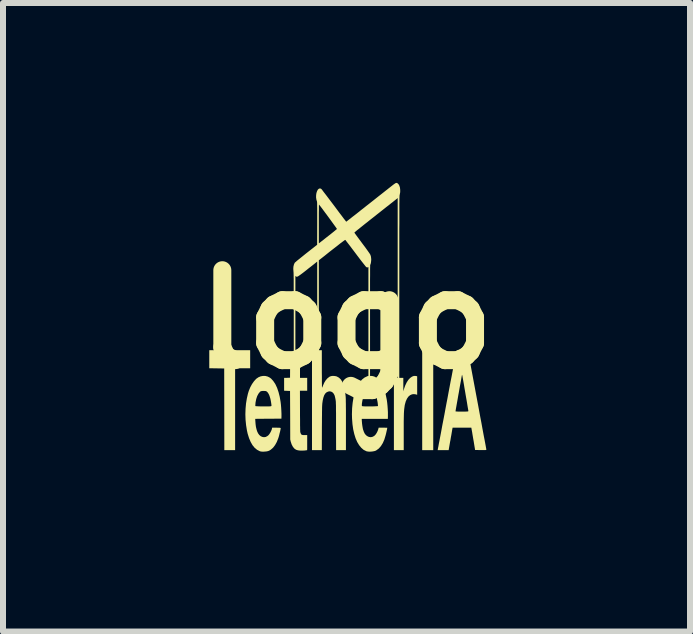
<source format=kicad_pcb>
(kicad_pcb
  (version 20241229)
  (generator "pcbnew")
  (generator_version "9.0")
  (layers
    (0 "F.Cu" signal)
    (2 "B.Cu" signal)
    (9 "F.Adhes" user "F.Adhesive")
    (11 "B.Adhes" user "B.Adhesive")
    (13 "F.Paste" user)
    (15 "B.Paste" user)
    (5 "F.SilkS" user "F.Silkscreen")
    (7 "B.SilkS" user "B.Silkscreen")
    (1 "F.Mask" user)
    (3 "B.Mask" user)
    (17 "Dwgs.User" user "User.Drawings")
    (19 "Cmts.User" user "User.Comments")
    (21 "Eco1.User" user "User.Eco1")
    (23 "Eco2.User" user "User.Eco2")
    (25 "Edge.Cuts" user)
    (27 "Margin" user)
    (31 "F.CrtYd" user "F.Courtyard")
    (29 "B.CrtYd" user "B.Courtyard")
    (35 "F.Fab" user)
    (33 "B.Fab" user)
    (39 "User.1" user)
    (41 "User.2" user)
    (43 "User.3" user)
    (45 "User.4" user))
  (footprint "logo"
    (layer "F.Cu")
    (at 2.729 2.278)
    (property "Reference" "logo" (at 0 0 0) (layer "F.SilkS") (effects (font (size 1.5 1.5) (thickness 0.3))))
    (attr board_only exclude_from_pos_files exclude_from_bom)
    (fp_poly (pts (xy 1.446 1.346) (xy 1.446 2.179) (xy 1.354 2.179) (xy 1.262 2.179) (xy 1.262 1.346) (xy 1.262 0.512) (xy 1.354 0.512) (xy 1.446 0.512)) (stroke (width 0) (type solid)) (fill yes) (layer "F.SilkS"))
    (fp_poly (pts (xy -1.607 0.663) (xy -1.607 0.813) (xy -1.732 0.813) (xy -1.858 0.813) (xy -1.858 1.496) (xy -1.858 2.179) (xy -1.948 2.179) (xy -2.038 2.179) (xy -2.039 1.498) (xy -2.04 0.817) (xy -2.165 0.815) (xy -2.289 0.813) (xy -2.289 0.663) (xy -2.289 0.512) (xy -1.948 0.512) (xy -1.607 0.512)) (stroke (width 0) (type solid)) (fill yes) (layer "F.SilkS"))
    (fp_poly (pts (xy 1.929 0.512) (xy 2.023 0.513) (xy 2.177 1.337) (xy 2.196 1.438) (xy 2.214 1.536) (xy 2.231 1.629) (xy 2.248 1.717) (xy 2.263 1.8) (xy 2.277 1.876) (xy 2.29 1.946) (xy 2.302 2.007) (xy 2.312 2.06) (xy 2.32 2.103) (xy 2.326 2.137) (xy 2.33 2.159) (xy 2.332 2.17) (xy 2.332 2.171) (xy 2.331 2.173) (xy 2.327 2.175) (xy 2.32 2.177) (xy 2.308 2.178) (xy 2.292 2.178) (xy 2.27 2.178) (xy 2.242 2.178) (xy 2.239 2.178) (xy 2.144 2.176) (xy 2.128 2.079) (xy 2.121 2.035) (xy 2.112 1.985) (xy 2.104 1.937) (xy 2.097 1.895) (xy 2.097 1.893) (xy 2.081 1.804) (xy 1.925 1.804) (xy 1.769 1.804) (xy 1.761 1.846) (xy 1.758 1.865) (xy 1.753 1.894) (xy 1.747 1.93) (xy 1.739 1.972) (xy 1.732 2.016) (xy 1.728 2.034) (xy 1.703 2.179) (xy 1.611 2.179) (xy 1.52 2.179) (xy 1.527 2.137) (xy 1.53 2.126) (xy 1.534 2.103) (xy 1.54 2.069) (xy 1.549 2.024) (xy 1.559 1.971) (xy 1.571 1.909) (xy 1.584 1.839) (xy 1.598 1.762) (xy 1.614 1.68) (xy 1.631 1.592) (xy 1.642 1.532) (xy 1.817 1.532) (xy 1.821 1.533) (xy 1.83 1.534) (xy 1.844 1.535) (xy 1.862 1.536) (xy 1.885 1.536) (xy 1.909 1.536) (xy 1.924 1.536) (xy 1.955 1.536) (xy 1.979 1.536) (xy 1.998 1.535) (xy 2.012 1.535) (xy 2.022 1.533) (xy 2.028 1.532) (xy 2.031 1.529) (xy 2.032 1.528) (xy 2.031 1.52) (xy 2.028 1.501) (xy 2.023 1.473) (xy 2.017 1.437) (xy 2.01 1.394) (xy 2.002 1.346) (xy 1.993 1.295) (xy 1.984 1.242) (xy 1.975 1.189) (xy 1.966 1.137) (xy 1.958 1.087) (xy 1.95 1.042) (xy 1.943 1.002) (xy 1.937 0.97) (xy 1.933 0.947) (xy 1.931 0.937) (xy 1.928 0.925) (xy 1.926 0.924) (xy 1.925 0.927) (xy 1.923 0.935) (xy 1.919 0.955) (xy 1.914 0.983) (xy 1.908 1.02) (xy 1.9 1.063) (xy 1.891 1.111) (xy 1.882 1.162) (xy 1.873 1.215) (xy 1.863 1.269) (xy 1.854 1.322) (xy 1.845 1.372) (xy 1.837 1.417) (xy 1.83 1.457) (xy 1.824 1.49) (xy 1.82 1.515) (xy 1.818 1.529) (xy 1.817 1.532) (xy 1.642 1.532) (xy 1.648 1.499) (xy 1.666 1.403) (xy 1.683 1.316) (xy 1.701 1.218) (xy 1.719 1.123) (xy 1.736 1.032) (xy 1.753 0.947) (xy 1.768 0.867) (xy 1.782 0.794) (xy 1.794 0.727) (xy 1.805 0.669) (xy 1.814 0.619) (xy 1.822 0.579) (xy 1.828 0.55) (xy 1.831 0.531) (xy 1.833 0.524) (xy 1.834 0.52) (xy 1.836 0.518) (xy 1.84 0.516) (xy 1.847 0.514) (xy 1.858 0.513) (xy 1.872 0.513) (xy 1.892 0.512) (xy 1.917 0.512)) (stroke (width 0) (type solid)) (fill yes) (layer "F.SilkS"))
    (fp_poly (pts (xy -1.352 0.942) (xy -1.314 0.952) (xy -1.279 0.97) (xy -1.258 0.986) (xy -1.221 1.027) (xy -1.187 1.078) (xy -1.158 1.14) (xy -1.134 1.211) (xy -1.114 1.29) (xy -1.099 1.378) (xy -1.094 1.422) (xy -1.09 1.471) (xy -1.087 1.522) (xy -1.085 1.57) (xy -1.085 1.61) (xy -1.085 1.617) (xy -1.086 1.654) (xy -1.305 1.655) (xy -1.523 1.657) (xy -1.521 1.689) (xy -1.517 1.744) (xy -1.511 1.79) (xy -1.502 1.828) (xy -1.492 1.862) (xy -1.476 1.897) (xy -1.456 1.925) (xy -1.432 1.946) (xy -1.405 1.958) (xy -1.377 1.963) (xy -1.348 1.959) (xy -1.321 1.945) (xy -1.303 1.931) (xy -1.288 1.913) (xy -1.273 1.89) (xy -1.26 1.865) (xy -1.249 1.84) (xy -1.245 1.825) (xy -1.241 1.804) (xy -1.169 1.804) (xy -1.148 1.805) (xy -1.129 1.805) (xy -1.114 1.806) (xy -1.103 1.808) (xy -1.098 1.81) (xy -1.098 1.81) (xy -1.099 1.823) (xy -1.103 1.845) (xy -1.109 1.872) (xy -1.117 1.902) (xy -1.124 1.933) (xy -1.132 1.961) (xy -1.139 1.982) (xy -1.163 2.043) (xy -1.192 2.095) (xy -1.225 2.138) (xy -1.263 2.171) (xy -1.287 2.186) (xy -1.304 2.193) (xy -1.327 2.199) (xy -1.352 2.202) (xy -1.379 2.204) (xy -1.404 2.204) (xy -1.427 2.202) (xy -1.446 2.197) (xy -1.448 2.196) (xy -1.492 2.173) (xy -1.532 2.14) (xy -1.568 2.096) (xy -1.599 2.042) (xy -1.626 1.978) (xy -1.649 1.904) (xy -1.661 1.85) (xy -1.675 1.763) (xy -1.684 1.672) (xy -1.687 1.581) (xy -1.684 1.489) (xy -1.679 1.433) (xy -1.521 1.433) (xy -1.521 1.443) (xy -1.521 1.443) (xy -1.517 1.445) (xy -1.507 1.446) (xy -1.492 1.447) (xy -1.471 1.448) (xy -1.445 1.449) (xy -1.415 1.449) (xy -1.385 1.449) (xy -1.352 1.449) (xy -1.325 1.449) (xy -1.303 1.449) (xy -1.286 1.449) (xy -1.273 1.448) (xy -1.264 1.447) (xy -1.258 1.445) (xy -1.254 1.444) (xy -1.252 1.441) (xy -1.252 1.438) (xy -1.252 1.437) (xy -1.253 1.418) (xy -1.257 1.391) (xy -1.262 1.36) (xy -1.268 1.33) (xy -1.272 1.314) (xy -1.285 1.272) (xy -1.299 1.241) (xy -1.315 1.217) (xy -1.321 1.21) (xy -1.33 1.203) (xy -1.337 1.197) (xy -1.345 1.194) (xy -1.355 1.193) (xy -1.369 1.192) (xy -1.384 1.192) (xy -1.403 1.192) (xy -1.417 1.194) (xy -1.427 1.196) (xy -1.435 1.2) (xy -1.442 1.206) (xy -1.443 1.206) (xy -1.469 1.238) (xy -1.49 1.278) (xy -1.506 1.326) (xy -1.517 1.381) (xy -1.518 1.39) (xy -1.52 1.414) (xy -1.521 1.433) (xy -1.679 1.433) (xy -1.676 1.4) (xy -1.662 1.315) (xy -1.644 1.236) (xy -1.63 1.191) (xy -1.606 1.132) (xy -1.577 1.078) (xy -1.544 1.031) (xy -1.51 0.993) (xy -1.503 0.987) (xy -1.468 0.963) (xy -1.431 0.948) (xy -1.392 0.941)) (stroke (width 0) (type solid)) (fill yes) (layer "F.SilkS"))
    (fp_poly (pts (xy 0.838 -2.277) (xy 0.846 -2.274) (xy 0.849 -2.273) (xy 0.867 -2.256) (xy 0.881 -2.231) (xy 0.891 -2.199) (xy 0.895 -2.162) (xy 0.895 -2.124) (xy 0.888 -2.086) (xy 0.887 -2.08) (xy 0.886 -2.077) (xy 0.885 -2.074) (xy 0.885 -2.07) (xy 0.884 -2.064) (xy 0.884 -2.055) (xy 0.883 -2.044) (xy 0.883 -2.03) (xy 0.882 -2.012) (xy 0.882 -1.99) (xy 0.882 -1.963) (xy 0.881 -1.931) (xy 0.881 -1.893) (xy 0.881 -1.848) (xy 0.881 -1.797) (xy 0.881 -1.738) (xy 0.881 -1.672) (xy 0.881 -1.596) (xy 0.88 -1.512) (xy 0.88 -1.419) (xy 0.88 -1.316) (xy 0.88 -1.202) (xy 0.88 -1.077) (xy 0.88 -0.94) (xy 0.88 -0.791) (xy 0.88 -0.63) (xy 0.88 -0.542) (xy 0.88 0.974) (xy 0.914 0.974) (xy 0.947 0.974) (xy 0.947 1.086) (xy 0.947 1.198) (xy 0.959 1.156) (xy 0.979 1.1) (xy 1.003 1.05) (xy 1.03 1.008) (xy 1.06 0.976) (xy 1.092 0.953) (xy 1.124 0.941) (xy 1.156 0.942) (xy 1.163 0.943) (xy 1.178 0.948) (xy 1.178 1.102) (xy 1.178 1.256) (xy 1.169 1.253) (xy 1.143 1.246) (xy 1.116 1.245) (xy 1.092 1.248) (xy 1.059 1.263) (xy 1.031 1.287) (xy 1.008 1.321) (xy 0.988 1.365) (xy 0.973 1.419) (xy 0.97 1.434) (xy 0.967 1.456) (xy 0.964 1.478) (xy 0.961 1.502) (xy 0.959 1.529) (xy 0.957 1.561) (xy 0.956 1.599) (xy 0.955 1.645) (xy 0.954 1.699) (xy 0.954 1.764) (xy 0.954 1.839) (xy 0.954 1.886) (xy 0.954 2.179) (xy 0.872 2.179) (xy 0.79 2.179) (xy 0.79 1.577) (xy 0.79 0.974) (xy 0.822 0.974) (xy 0.853 0.974) (xy 0.853 -0.526) (xy 0.853 -2.025) (xy 0.842 -2.016) (xy 0.838 -2.012) (xy 0.827 -2.004) (xy 0.812 -1.992) (xy 0.791 -1.975) (xy 0.766 -1.955) (xy 0.736 -1.932) (xy 0.703 -1.905) (xy 0.666 -1.877) (xy 0.626 -1.845) (xy 0.584 -1.812) (xy 0.54 -1.777) (xy 0.494 -1.741) (xy 0.481 -1.73) (xy 0.435 -1.694) (xy 0.39 -1.659) (xy 0.348 -1.625) (xy 0.308 -1.594) (xy 0.272 -1.565) (xy 0.238 -1.538) (xy 0.209 -1.514) (xy 0.183 -1.494) (xy 0.162 -1.477) (xy 0.146 -1.463) (xy 0.136 -1.454) (xy 0.131 -1.45) (xy 0.131 -1.449) (xy 0.133 -1.445) (xy 0.141 -1.434) (xy 0.153 -1.417) (xy 0.169 -1.395) (xy 0.189 -1.368) (xy 0.211 -1.338) (xy 0.236 -1.305) (xy 0.257 -1.276) (xy 0.284 -1.24) (xy 0.309 -1.207) (xy 0.332 -1.175) (xy 0.352 -1.147) (xy 0.369 -1.123) (xy 0.382 -1.104) (xy 0.391 -1.091) (xy 0.394 -1.086) (xy 0.405 -1.058) (xy 0.41 -1.027) (xy 0.412 -0.997) (xy 0.41 -0.974) (xy 0.407 -0.949) (xy 0.402 -0.927) (xy 0.396 -0.912) (xy 0.395 -0.911) (xy 0.394 -0.903) (xy 0.394 -0.883) (xy 0.393 -0.849) (xy 0.393 -0.802) (xy 0.393 -0.742) (xy 0.392 -0.668) (xy 0.392 -0.581) (xy 0.392 -0.481) (xy 0.392 -0.368) (xy 0.392 -0.241) (xy 0.392 -0.101) (xy 0.392 0.017) (xy 0.392 0.941) (xy 0.413 0.941) (xy 0.441 0.945) (xy 0.471 0.955) (xy 0.5 0.972) (xy 0.507 0.977) (xy 0.543 1.011) (xy 0.577 1.057) (xy 0.606 1.114) (xy 0.632 1.18) (xy 0.654 1.254) (xy 0.671 1.337) (xy 0.678 1.388) (xy 0.683 1.436) (xy 0.687 1.491) (xy 0.69 1.546) (xy 0.69 1.597) (xy 0.69 1.622) (xy 0.689 1.657) (xy 0.472 1.657) (xy 0.254 1.657) (xy 0.254 1.674) (xy 0.256 1.702) (xy 0.259 1.738) (xy 0.264 1.775) (xy 0.27 1.81) (xy 0.275 1.833) (xy 0.29 1.876) (xy 0.307 1.909) (xy 0.33 1.934) (xy 0.357 1.952) (xy 0.377 1.959) (xy 0.405 1.963) (xy 0.433 1.957) (xy 0.46 1.943) (xy 0.47 1.934) (xy 0.487 1.916) (xy 0.503 1.891) (xy 0.517 1.863) (xy 0.527 1.837) (xy 0.529 1.83) (xy 0.536 1.804) (xy 0.608 1.804) (xy 0.629 1.804) (xy 0.647 1.805) (xy 0.663 1.805) (xy 0.673 1.805) (xy 0.679 1.806) (xy 0.679 1.806) (xy 0.678 1.816) (xy 0.675 1.834) (xy 0.669 1.859) (xy 0.663 1.886) (xy 0.657 1.912) (xy 0.652 1.931) (xy 0.631 2.001) (xy 0.605 2.061) (xy 0.574 2.111) (xy 0.539 2.151) (xy 0.5 2.18) (xy 0.49 2.186) (xy 0.473 2.193) (xy 0.45 2.198) (xy 0.425 2.202) (xy 0.398 2.204) (xy 0.372 2.204) (xy 0.349 2.201) (xy 0.33 2.197) (xy 0.329 2.196) (xy 0.285 2.174) (xy 0.246 2.14) (xy 0.21 2.096) (xy 0.178 2.043) (xy 0.151 1.981) (xy 0.129 1.91) (xy 0.111 1.831) (xy 0.099 1.745) (xy 0.092 1.653) (xy 0.09 1.58) (xy 0.093 1.482) (xy 0.098 1.429) (xy 0.255 1.429) (xy 0.256 1.439) (xy 0.257 1.442) (xy 0.26 1.444) (xy 0.265 1.446) (xy 0.274 1.447) (xy 0.285 1.448) (xy 0.302 1.449) (xy 0.322 1.449) (xy 0.349 1.449) (xy 0.381 1.449) (xy 0.39 1.449) (xy 0.419 1.449) (xy 0.446 1.449) (xy 0.47 1.448) (xy 0.49 1.447) (xy 0.507 1.446) (xy 0.518 1.445) (xy 0.523 1.444) (xy 0.524 1.444) (xy 0.524 1.433) (xy 0.522 1.413) (xy 0.519 1.387) (xy 0.514 1.359) (xy 0.508 1.331) (xy 0.505 1.318) (xy 0.491 1.271) (xy 0.472 1.234) (xy 0.452 1.209) (xy 0.444 1.202) (xy 0.436 1.197) (xy 0.427 1.194) (xy 0.416 1.192) (xy 0.4 1.192) (xy 0.392 1.192) (xy 0.374 1.192) (xy 0.361 1.193) (xy 0.351 1.195) (xy 0.343 1.199) (xy 0.335 1.206) (xy 0.331 1.209) (xy 0.307 1.239) (xy 0.286 1.278) (xy 0.272 1.321) (xy 0.265 1.349) (xy 0.26 1.379) (xy 0.256 1.406) (xy 0.255 1.429) (xy 0.098 1.429) (xy 0.102 1.39) (xy 0.116 1.305) (xy 0.135 1.227) (xy 0.159 1.157) (xy 0.188 1.096) (xy 0.222 1.043) (xy 0.26 1) (xy 0.301 0.968) (xy 0.347 0.946) (xy 0.352 0.944) (xy 0.365 0.94) (xy 0.365 0.034) (xy 0.365 -0.873) (xy 0.353 -0.869) (xy 0.342 -0.869) (xy 0.331 -0.873) (xy 0.329 -0.874) (xy 0.324 -0.879) (xy 0.314 -0.891) (xy 0.3 -0.909) (xy 0.281 -0.933) (xy 0.259 -0.961) (xy 0.234 -0.993) (xy 0.207 -1.029) (xy 0.178 -1.067) (xy 0.151 -1.103) (xy 0.121 -1.143) (xy 0.092 -1.181) (xy 0.066 -1.216) (xy 0.042 -1.247) (xy 0.021 -1.274) (xy 0.004 -1.296) (xy -0.009 -1.313) (xy -0.017 -1.324) (xy -0.021 -1.327) (xy -0.023 -1.327) (xy -0.026 -1.325) (xy -0.032 -1.322) (xy -0.04 -1.316) (xy -0.051 -1.308) (xy -0.066 -1.297) (xy -0.083 -1.284) (xy -0.105 -1.268) (xy -0.13 -1.248) (xy -0.16 -1.224) (xy -0.195 -1.197) (xy -0.235 -1.166) (xy -0.28 -1.131) (xy -0.33 -1.091) (xy -0.367 -1.061) (xy -0.462 -0.987) (xy -0.462 -0.237) (xy -0.462 0.512) (xy -0.437 0.512) (xy -0.412 0.512) (xy -0.412 0.823) (xy -0.412 0.886) (xy -0.411 0.945) (xy -0.411 0.999) (xy -0.411 1.046) (xy -0.41 1.084) (xy -0.41 1.113) (xy -0.409 1.131) (xy -0.409 1.137) (xy -0.406 1.134) (xy -0.4 1.122) (xy -0.393 1.104) (xy -0.392 1.101) (xy -0.372 1.055) (xy -0.347 1.014) (xy -0.318 0.981) (xy -0.286 0.956) (xy -0.276 0.951) (xy -0.259 0.945) (xy -0.237 0.941) (xy -0.212 0.941) (xy -0.188 0.944) (xy -0.166 0.949) (xy -0.161 0.951) (xy -0.127 0.97) (xy -0.097 0.998) (xy -0.072 1.036) (xy -0.051 1.083) (xy -0.035 1.141) (xy -0.023 1.209) (xy -0.015 1.28) (xy -0.014 1.296) (xy -0.013 1.315) (xy -0.012 1.34) (xy -0.012 1.371) (xy -0.011 1.409) (xy -0.011 1.455) (xy -0.01 1.511) (xy -0.01 1.577) (xy -0.01 1.653) (xy -0.01 1.743) (xy -0.01 1.759) (xy -0.01 2.179) (xy -0.092 2.179) (xy -0.174 2.179) (xy -0.175 1.779) (xy -0.175 1.696) (xy -0.175 1.625) (xy -0.175 1.565) (xy -0.176 1.515) (xy -0.176 1.475) (xy -0.176 1.442) (xy -0.177 1.415) (xy -0.178 1.395) (xy -0.178 1.378) (xy -0.179 1.366) (xy -0.18 1.355) (xy -0.182 1.346) (xy -0.183 1.336) (xy -0.183 1.335) (xy -0.189 1.307) (xy -0.195 1.281) (xy -0.2 1.264) (xy -0.215 1.236) (xy -0.233 1.216) (xy -0.256 1.203) (xy -0.282 1.198) (xy -0.305 1.202) (xy -0.332 1.214) (xy -0.354 1.234) (xy -0.372 1.263) (xy -0.386 1.302) (xy -0.397 1.352) (xy -0.404 1.4) (xy -0.405 1.413) (xy -0.406 1.428) (xy -0.407 1.447) (xy -0.408 1.472) (xy -0.408 1.503) (xy -0.409 1.542) (xy -0.409 1.59) (xy -0.41 1.647) (xy -0.41 1.715) (xy -0.411 1.795) (xy -0.411 1.813) (xy -0.412 2.179) (xy -0.494 2.179) (xy -0.576 2.179) (xy -0.576 1.346) (xy -0.576 0.512) (xy -0.532 0.512) (xy -0.489 0.512) (xy -0.489 -0.227) (xy -0.489 -0.966) (xy -0.541 -0.924) (xy -0.589 -0.886) (xy -0.632 -0.853) (xy -0.669 -0.823) (xy -0.701 -0.798) (xy -0.728 -0.777) (xy -0.751 -0.76) (xy -0.771 -0.745) (xy -0.787 -0.734) (xy -0.8 -0.725) (xy -0.81 -0.719) (xy -0.819 -0.715) (xy -0.825 -0.713) (xy -0.831 -0.713) (xy -0.835 -0.714) (xy -0.84 -0.716) (xy -0.844 -0.719) (xy -0.845 -0.72) (xy -0.853 -0.726) (xy -0.853 -0.06) (xy -0.853 0.606) (xy -0.815 0.606) (xy -0.776 0.606) (xy -0.776 0.79) (xy -0.776 0.974) (xy -0.716 0.974) (xy -0.656 0.974) (xy -0.656 1.081) (xy -0.656 1.188) (xy -0.716 1.188) (xy -0.777 1.188) (xy -0.776 1.528) (xy -0.776 1.605) (xy -0.775 1.67) (xy -0.775 1.723) (xy -0.775 1.766) (xy -0.774 1.801) (xy -0.774 1.827) (xy -0.773 1.848) (xy -0.773 1.862) (xy -0.772 1.873) (xy -0.771 1.88) (xy -0.769 1.885) (xy -0.769 1.886) (xy -0.763 1.902) (xy -0.757 1.914) (xy -0.749 1.921) (xy -0.737 1.925) (xy -0.722 1.928) (xy -0.701 1.928) (xy -0.7 1.928) (xy -0.656 1.928) (xy -0.656 2.054) (xy -0.656 2.093) (xy -0.656 2.127) (xy -0.656 2.155) (xy -0.657 2.173) (xy -0.657 2.18) (xy -0.657 2.18) (xy -0.66 2.18) (xy -0.669 2.181) (xy -0.682 2.183) (xy -0.699 2.185) (xy -0.705 2.185) (xy -0.732 2.187) (xy -0.76 2.187) (xy -0.788 2.185) (xy -0.813 2.181) (xy -0.833 2.175) (xy -0.842 2.172) (xy -0.871 2.152) (xy -0.895 2.122) (xy -0.915 2.084) (xy -0.93 2.039) (xy -0.939 2.002) (xy -0.94 1.597) (xy -0.942 1.192) (xy -0.992 1.19) (xy -1.041 1.188) (xy -1.041 1.081) (xy -1.041 0.974) (xy -0.992 0.973) (xy -0.942 0.971) (xy -0.941 0.788) (xy -0.94 0.606) (xy -0.91 0.606) (xy -0.88 0.606) (xy -0.88 -0.082) (xy -0.88 -0.195) (xy -0.88 -0.296) (xy -0.88 -0.384) (xy -0.881 -0.462) (xy -0.881 -0.529) (xy -0.881 -0.587) (xy -0.881 -0.636) (xy -0.881 -0.677) (xy -0.882 -0.71) (xy -0.882 -0.738) (xy -0.883 -0.759) (xy -0.883 -0.776) (xy -0.884 -0.788) (xy -0.885 -0.797) (xy -0.885 -0.803) (xy -0.888 -0.842) (xy -0.886 -0.88) (xy -0.878 -0.914) (xy -0.866 -0.942) (xy -0.861 -0.949) (xy -0.855 -0.954) (xy -0.844 -0.963) (xy -0.829 -0.977) (xy -0.808 -0.994) (xy -0.784 -1.013) (xy -0.757 -1.035) (xy -0.727 -1.059) (xy -0.695 -1.085) (xy -0.67 -1.105) (xy -0.49 -1.246) (xy -0.489 -1.599) (xy -0.462 -1.599) (xy -0.462 -1.594) (xy -0.462 -1.269) (xy -0.454 -1.275) (xy -0.45 -1.278) (xy -0.44 -1.286) (xy -0.425 -1.298) (xy -0.405 -1.313) (xy -0.382 -1.331) (xy -0.356 -1.352) (xy -0.328 -1.374) (xy -0.305 -1.392) (xy -0.275 -1.415) (xy -0.248 -1.437) (xy -0.223 -1.457) (xy -0.202 -1.474) (xy -0.184 -1.489) (xy -0.171 -1.5) (xy -0.162 -1.507) (xy -0.16 -1.509) (xy -0.162 -1.513) (xy -0.169 -1.524) (xy -0.181 -1.541) (xy -0.196 -1.562) (xy -0.215 -1.588) (xy -0.236 -1.617) (xy -0.259 -1.649) (xy -0.283 -1.682) (xy -0.308 -1.716) (xy -0.332 -1.749) (xy -0.357 -1.782) (xy -0.38 -1.813) (xy -0.401 -1.842) (xy -0.42 -1.867) (xy -0.436 -1.888) (xy -0.449 -1.904) (xy -0.457 -1.915) (xy -0.46 -1.918) (xy -0.46 -1.912) (xy -0.461 -1.893) (xy -0.461 -1.864) (xy -0.461 -1.825) (xy -0.462 -1.778) (xy -0.462 -1.723) (xy -0.462 -1.664) (xy -0.462 -1.599) (xy -0.489 -1.599) (xy -0.489 -1.603) (xy -0.489 -1.683) (xy -0.489 -1.75) (xy -0.489 -1.806) (xy -0.489 -1.852) (xy -0.49 -1.888) (xy -0.49 -1.917) (xy -0.49 -1.938) (xy -0.491 -1.953) (xy -0.492 -1.963) (xy -0.493 -1.969) (xy -0.494 -1.971) (xy -0.503 -2.001) (xy -0.508 -2.037) (xy -0.507 -2.075) (xy -0.502 -2.109) (xy -0.491 -2.142) (xy -0.477 -2.167) (xy -0.459 -2.182) (xy -0.44 -2.186) (xy -0.422 -2.178) (xy -0.421 -2.177) (xy -0.416 -2.172) (xy -0.406 -2.16) (xy -0.392 -2.141) (xy -0.374 -2.117) (xy -0.352 -2.089) (xy -0.326 -2.055) (xy -0.298 -2.018) (xy -0.268 -1.978) (xy -0.236 -1.936) (xy -0.208 -1.899) (xy -0.175 -1.855) (xy -0.144 -1.813) (xy -0.115 -1.774) (xy -0.088 -1.739) (xy -0.064 -1.707) (xy -0.044 -1.68) (xy -0.027 -1.659) (xy -0.015 -1.643) (xy -0.007 -1.633) (xy -0.005 -1.63) (xy -0.002 -1.633) (xy 0.007 -1.64) (xy 0.022 -1.651) (xy 0.041 -1.666) (xy 0.066 -1.685) (xy 0.094 -1.708) (xy 0.127 -1.733) (xy 0.163 -1.761) (xy 0.202 -1.792) (xy 0.243 -1.825) (xy 0.287 -1.859) (xy 0.333 -1.896) (xy 0.354 -1.912) (xy 0.402 -1.95) (xy 0.448 -1.986) (xy 0.493 -2.022) (xy 0.536 -2.056) (xy 0.577 -2.088) (xy 0.615 -2.118) (xy 0.649 -2.145) (xy 0.68 -2.169) (xy 0.706 -2.19) (xy 0.728 -2.207) (xy 0.744 -2.22) (xy 0.755 -2.228) (xy 0.757 -2.23) (xy 0.78 -2.248) (xy 0.798 -2.261) (xy 0.812 -2.27) (xy 0.822 -2.276) (xy 0.831 -2.278)) (stroke (width 0) (type solid)) (fill yes) (layer "F.SilkS")))
  (gr_rect
    (start -3 -3)
    (end 8.457 7.482)
    (stroke (width 0.1) (type default))
    (fill no)
    (layer "Edge.Cuts")))
</source>
